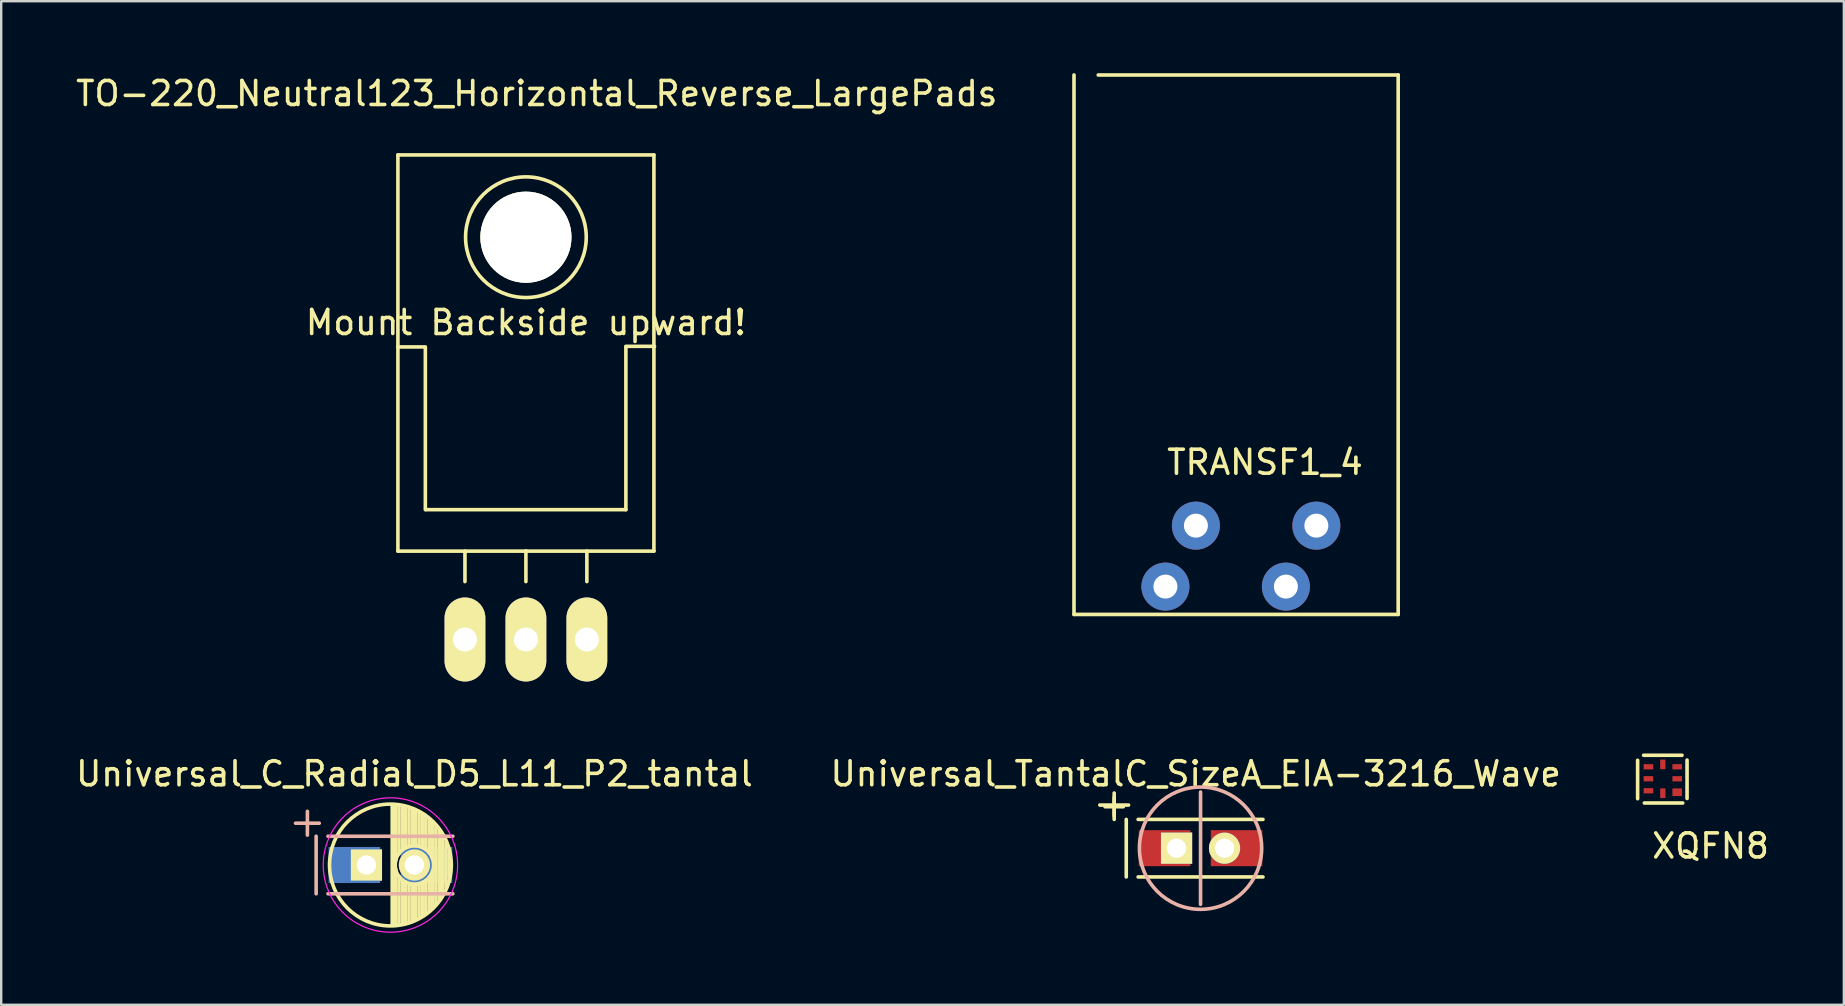
<source format=kicad_pcb>
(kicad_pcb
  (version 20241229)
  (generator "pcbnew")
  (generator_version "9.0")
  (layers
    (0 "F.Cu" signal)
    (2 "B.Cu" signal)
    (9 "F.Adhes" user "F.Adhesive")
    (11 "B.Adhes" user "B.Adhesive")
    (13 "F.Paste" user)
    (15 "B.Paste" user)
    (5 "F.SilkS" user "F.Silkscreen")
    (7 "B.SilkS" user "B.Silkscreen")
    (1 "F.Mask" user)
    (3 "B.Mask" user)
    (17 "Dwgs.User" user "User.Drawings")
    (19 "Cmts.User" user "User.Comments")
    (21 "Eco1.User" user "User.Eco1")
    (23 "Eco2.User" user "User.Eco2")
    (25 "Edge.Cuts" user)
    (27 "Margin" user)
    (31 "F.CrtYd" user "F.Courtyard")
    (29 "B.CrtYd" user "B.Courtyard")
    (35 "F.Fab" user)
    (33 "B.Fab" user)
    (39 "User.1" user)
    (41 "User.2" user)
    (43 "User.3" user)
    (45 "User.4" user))
  (footprint "XQFN8"
    (layer "F.Cu")
    (at 66.244 29.404)
    (property "Reference" "XQFN8" (at 1.99 2.8 0) (layer "F.SilkS") (effects (font (size 1 1) (thickness 0.15))))
    (attr through_hole)
    (fp_line (start -1.05 0.83) (end -1.05 -0.77) (stroke (width 0.15) (type solid)) (layer "F.SilkS"))
    (fp_line (start -0.8 -0.98) (end 0.8 -0.98) (stroke (width 0.15) (type solid)) (layer "F.SilkS"))
    (fp_line (start -0.77 1.01) (end 0.83 1.01) (stroke (width 0.15) (type solid)) (layer "F.SilkS"))
    (fp_line (start 1.01 0.82) (end 1.01 -0.78) (stroke (width 0.15) (type solid)) (layer "F.SilkS"))
    (pad "1" smd rect (at 0.6 0.56) (size 0.4 0.32) (layers "F.Cu" "F.Mask" "F.Paste"))
    (pad "2" smd rect (at 0.6 0) (size 0.4 0.22) (layers "F.Cu" "F.Mask" "F.Paste"))
    (pad "3" smd rect (at 0.6 -0.5) (size 0.4 0.22) (layers "F.Cu" "F.Mask" "F.Paste"))
    (pad "4" smd rect (at 0 -0.6) (size 0.22 0.4) (layers "F.Cu" "F.Mask" "F.Paste"))
    (pad "5" smd rect (at -0.6 -0.5) (size 0.4 0.22) (layers "F.Cu" "F.Mask" "F.Paste"))
    (pad "6" smd rect (at -0.6 0) (size 0.4 0.22) (layers "F.Cu" "F.Mask" "F.Paste"))
    (pad "7" smd rect (at -0.6 0.5) (size 0.4 0.22) (layers "F.Cu" "F.Mask" "F.Paste"))
    (pad "8" smd rect (at 0 0.6) (size 0.22 0.4) (layers "F.Cu" "F.Mask" "F.Paste")))
  (footprint "Universal_C_Radial_D5_L11_P2_tantal"
    (layer "F.Cu")
    (at 13.22 32.997)
    (property "Reference" "Universal_C_Radial_D5_L11_P2_tantal" (at 1 -3.8 0) (layer "F.SilkS") (effects (font (size 1 1) (thickness 0.15))))
    (attr through_hole)
    (fp_line (start 0.075 -2.499) (end 0.075 2.499) (stroke (width 0.15) (type solid)) (layer "F.SilkS"))
    (fp_line (start 0.215 -2.491) (end 0.215 -0.154) (stroke (width 0.15) (type solid)) (layer "F.SilkS"))
    (fp_line (start 0.215 0.154) (end 0.215 2.491) (stroke (width 0.15) (type solid)) (layer "F.SilkS"))
    (fp_line (start 0.355 -2.475) (end 0.355 -0.473) (stroke (width 0.15) (type solid)) (layer "F.SilkS"))
    (fp_line (start 0.355 0.473) (end 0.355 2.475) (stroke (width 0.15) (type solid)) (layer "F.SilkS"))
    (fp_line (start 0.495 -2.451) (end 0.495 -0.62) (stroke (width 0.15) (type solid)) (layer "F.SilkS"))
    (fp_line (start 0.495 0.62) (end 0.495 2.451) (stroke (width 0.15) (type solid)) (layer "F.SilkS"))
    (fp_line (start 0.635 -2.418) (end 0.635 -0.712) (stroke (width 0.15) (type solid)) (layer "F.SilkS"))
    (fp_line (start 0.635 0.712) (end 0.635 2.418) (stroke (width 0.15) (type solid)) (layer "F.SilkS"))
    (fp_line (start 0.775 -2.377) (end 0.775 -0.768) (stroke (width 0.15) (type solid)) (layer "F.SilkS"))
    (fp_line (start 0.775 0.768) (end 0.775 2.377) (stroke (width 0.15) (type solid)) (layer "F.SilkS"))
    (fp_line (start 0.915 -2.327) (end 0.915 -0.795) (stroke (width 0.15) (type solid)) (layer "F.SilkS"))
    (fp_line (start 0.915 0.795) (end 0.915 2.327) (stroke (width 0.15) (type solid)) (layer "F.SilkS"))
    (fp_line (start 1.055 -2.266) (end 1.055 -0.798) (stroke (width 0.15) (type solid)) (layer "F.SilkS"))
    (fp_line (start 1.055 0.798) (end 1.055 2.266) (stroke (width 0.15) (type solid)) (layer "F.SilkS"))
    (fp_line (start 1.195 -2.196) (end 1.195 -0.776) (stroke (width 0.15) (type solid)) (layer "F.SilkS"))
    (fp_line (start 1.195 0.776) (end 1.195 2.196) (stroke (width 0.15) (type solid)) (layer "F.SilkS"))
    (fp_line (start 1.335 -2.114) (end 1.335 -0.726) (stroke (width 0.15) (type solid)) (layer "F.SilkS"))
    (fp_line (start 1.335 0.726) (end 1.335 2.114) (stroke (width 0.15) (type solid)) (layer "F.SilkS"))
    (fp_line (start 1.475 -2.019) (end 1.475 -0.644) (stroke (width 0.15) (type solid)) (layer "F.SilkS"))
    (fp_line (start 1.475 0.644) (end 1.475 2.019) (stroke (width 0.15) (type solid)) (layer "F.SilkS"))
    (fp_line (start 1.615 -1.908) (end 1.615 -0.512) (stroke (width 0.15) (type solid)) (layer "F.SilkS"))
    (fp_line (start 1.615 0.512) (end 1.615 1.908) (stroke (width 0.15) (type solid)) (layer "F.SilkS"))
    (fp_line (start 1.755 -1.78) (end 1.755 -0.265) (stroke (width 0.15) (type solid)) (layer "F.SilkS"))
    (fp_line (start 1.755 0.265) (end 1.755 1.78) (stroke (width 0.15) (type solid)) (layer "F.SilkS"))
    (fp_line (start 1.895 -1.631) (end 1.895 1.631) (stroke (width 0.15) (type solid)) (layer "F.SilkS"))
    (fp_line (start 2.035 -1.452) (end 2.035 1.452) (stroke (width 0.15) (type solid)) (layer "F.SilkS"))
    (fp_line (start 2.175 -1.233) (end 2.175 1.233) (stroke (width 0.15) (type solid)) (layer "F.SilkS"))
    (fp_line (start 2.315 -0.944) (end 2.315 0.944) (stroke (width 0.15) (type solid)) (layer "F.SilkS"))
    (fp_line (start 2.455 -0.472) (end 2.455 0.472) (stroke (width 0.15) (type solid)) (layer "F.SilkS"))
    (fp_circle (center 0 0) (end 0 -2.538) (stroke (width 0.15) (type solid)) (fill no) (layer "F.SilkS"))
    (fp_circle (center 1 0) (end 1 -0.8) (stroke (width 0.15) (type solid)) (fill no) (layer "F.SilkS"))
    (fp_line (start -3.096 -1.199) (end -3.096 1.199) (stroke (width 0.15) (type solid)) (layer "B.SilkS"))
    (fp_line (start 2.601 -1.199) (end -2.601 -1.199) (stroke (width 0.15) (type solid)) (layer "B.SilkS"))
    (fp_line (start 2.601 1.199) (end -2.601 1.199) (stroke (width 0.15) (type solid)) (layer "B.SilkS"))
    (fp_circle (center 0 0) (end 0 -2.8) (stroke (width 0.05) (type solid)) (fill no) (layer "F.CrtYd"))
    (fp_text user "+" (at -3.46 -1.84 0) (layer "B.SilkS") (effects (font (size 1.3 1.3) (thickness 0.15)) (justify mirror)))
    (pad "1" smd rect (at -1.501 0) (size 2.149 1.501) (layers "B.Cu" "B.Mask" "B.Paste"))
    (pad "1" thru_hole rect (at -1 0) (size 1.3 1.3) (drill 0.8) (layers "*.Cu" "*.Mask" "F.SilkS"))
    (pad "2" thru_hole circle (at 1 0) (size 1.3 1.3) (drill 0.8) (layers "*.Cu" "*.Mask" "F.SilkS"))
    (pad "2" smd rect (at 1.501 0) (size 2.149 1.501) (layers "B.Cu" "B.Mask" "B.Paste")))
  (footprint "TO-220_Neutral123_Horizontal_Reverse_LargePads"
    (layer "F.Cu")
    (at 18.866 23.599)
    (property "Reference" "TO-220_Neutral123_Horizontal_Reverse_LargePads" (at 0.45 -22.751 0) (layer "F.SilkS") (effects (font (size 1 1) (thickness 0.15))))
    (attr through_hole)
    (fp_line (start -5.334 -20.193) (end -5.334 -12.192) (stroke (width 0.15) (type solid)) (layer "F.SilkS"))
    (fp_line (start -5.334 -12.192) (end -5.334 -3.683) (stroke (width 0.15) (type solid)) (layer "F.SilkS"))
    (fp_line (start -4.191 -12.192) (end -5.334 -12.192) (stroke (width 0.15) (type solid)) (layer "F.SilkS"))
    (fp_line (start -4.191 -5.41) (end -4.191 -12.167) (stroke (width 0.15) (type solid)) (layer "F.SilkS"))
    (fp_line (start -2.54 -3.683) (end -2.54 -2.413) (stroke (width 0.15) (type solid)) (layer "F.SilkS"))
    (fp_line (start 0 -3.683) (end -5.334 -3.683) (stroke (width 0.15) (type solid)) (layer "F.SilkS"))
    (fp_line (start 0 -3.683) (end 0 -2.413) (stroke (width 0.15) (type solid)) (layer "F.SilkS"))
    (fp_line (start 0 -3.683) (end 5.334 -3.683) (stroke (width 0.15) (type solid)) (layer "F.SilkS"))
    (fp_line (start 2.54 -3.683) (end 2.54 -2.413) (stroke (width 0.15) (type solid)) (layer "F.SilkS"))
    (fp_line (start 4.166 -12.217) (end 5.359 -12.217) (stroke (width 0.15) (type solid)) (layer "F.SilkS"))
    (fp_line (start 4.166 -12.192) (end 4.166 -5.41) (stroke (width 0.15) (type solid)) (layer "F.SilkS"))
    (fp_line (start 4.166 -5.41) (end -4.166 -5.41) (stroke (width 0.15) (type solid)) (layer "F.SilkS"))
    (fp_line (start 5.334 -20.193) (end -5.334 -20.193) (stroke (width 0.15) (type solid)) (layer "F.SilkS"))
    (fp_line (start 5.334 -12.192) (end 5.334 -20.193) (stroke (width 0.15) (type solid)) (layer "F.SilkS"))
    (fp_line (start 5.334 -3.683) (end 5.334 -12.192) (stroke (width 0.15) (type solid)) (layer "F.SilkS"))
    (fp_circle (center 0 -16.764) (end 1.778 -14.986) (stroke (width 0.15) (type solid)) (fill no) (layer "F.SilkS"))
    (fp_text user "Mount Backside upward!" (at 0 -13.208 0) (layer "F.SilkS") (effects (font (size 1 1) (thickness 0.15))))
    (pad "" np_thru_hole circle (at 0 -16.764 90) (size 3.8 3.8) (drill 3.8) (layers "*.Cu" "*.Mask" "F.SilkS"))
    (pad "1" thru_hole oval (at 2.54 0 90) (size 3.5 1.699) (drill 1.001) (layers "*.Cu" "*.Mask" "F.SilkS"))
    (pad "2" thru_hole oval (at 0 0 90) (size 3.5 1.699) (drill 1.001) (layers "*.Cu" "*.Mask" "F.SilkS"))
    (pad "3" thru_hole oval (at -2.54 0 90) (size 3.5 1.699) (drill 1.001) (layers "*.Cu" "*.Mask" "F.SilkS")))
  (footprint "Universal_TantalC_SizeA_EIA-3216_Wave"
    (layer "F.Cu")
    (at 46.98 32.296)
    (property "Reference" "Universal_TantalC_SizeA_EIA-3216_Wave" (at -0.201 -3.099 0) (layer "F.SilkS") (effects (font (size 1 1) (thickness 0.15))))
    (attr smd)
    (fp_line (start -4.199 -1.798) (end -3 -1.798) (stroke (width 0.15) (type solid)) (layer "F.SilkS"))
    (fp_line (start -3.599 -2.299) (end -3.599 -1.199) (stroke (width 0.15) (type solid)) (layer "F.SilkS"))
    (fp_line (start -3.096 -1.199) (end -3.096 1.199) (stroke (width 0.15) (type solid)) (layer "F.SilkS"))
    (fp_line (start -2.601 1.199) (end 2.601 1.199) (stroke (width 0.15) (type solid)) (layer "F.SilkS"))
    (fp_line (start 2.601 -1.199) (end -2.601 -1.199) (stroke (width 0.15) (type solid)) (layer "F.SilkS"))
    (fp_line (start 0 -2.34) (end 0 2.34) (stroke (width 0.15) (type solid)) (layer "B.SilkS"))
    (fp_circle (center 0 0) (end 0.05 -2.547) (stroke (width 0.15) (type solid)) (fill no) (layer "B.SilkS"))
    (fp_text user "+" (at -3.599 -1.801 0) (layer "F.SilkS") (effects (font (size 1 1) (thickness 0.15))))
    (pad "1" smd rect (at -1.501 0) (size 2.149 1.501) (layers "F.Cu" "F.Mask" "F.Paste"))
    (pad "1" thru_hole rect (at -1 0) (size 1.3 1.3) (drill 0.8) (layers "*.Cu" "*.Mask" "F.SilkS"))
    (pad "2" thru_hole circle (at 1 0) (size 1.3 1.3) (drill 0.8) (layers "*.Cu" "*.Mask" "F.SilkS"))
    (pad "2" smd rect (at 1.501 0) (size 2.149 1.501) (layers "F.Cu" "F.Mask" "F.Paste")))
  (footprint "TRANSF1_4"
    (layer "F.Cu")
    (at 48.516 21.395)
    (property "Reference" "TRANSF1_4" (at 1.15 -5.18 0) (layer "F.SilkS") (effects (font (size 1 1) (thickness 0.15))))
    (attr through_hole)
    (fp_line (start -6.81 1.16) (end -6.81 -21.32) (stroke (width 0.15) (type solid)) (layer "F.SilkS"))
    (fp_line (start -5.8 -21.32) (end 6.7 -21.32) (stroke (width 0.15) (type solid)) (layer "F.SilkS"))
    (fp_line (start 6.7 -21.32) (end 6.7 1.16) (stroke (width 0.15) (type solid)) (layer "F.SilkS"))
    (fp_line (start 6.7 1.16) (end -6.81 1.16) (stroke (width 0.15) (type solid)) (layer "F.SilkS"))
    (pad "1" thru_hole circle (at -3 0) (size 2 2) (drill 1) (layers "*.Cu" "*.Mask"))
    (pad "2" thru_hole circle (at -1.73 -2.54) (size 2 2) (drill 1) (layers "*.Cu" "*.Mask"))
    (pad "3" thru_hole circle (at 2.02 0) (size 2 2) (drill 1) (layers "*.Cu" "*.Mask"))
    (pad "4" thru_hole circle (at 3.29 -2.54) (size 2 2) (drill 1) (layers "*.Cu" "*.Mask")))
  (gr_rect
    (start -3 -3)
    (end 73.788 38.822)
    (stroke (width 0.1) (type default))
    (fill no)
    (layer "Edge.Cuts")))
</source>
